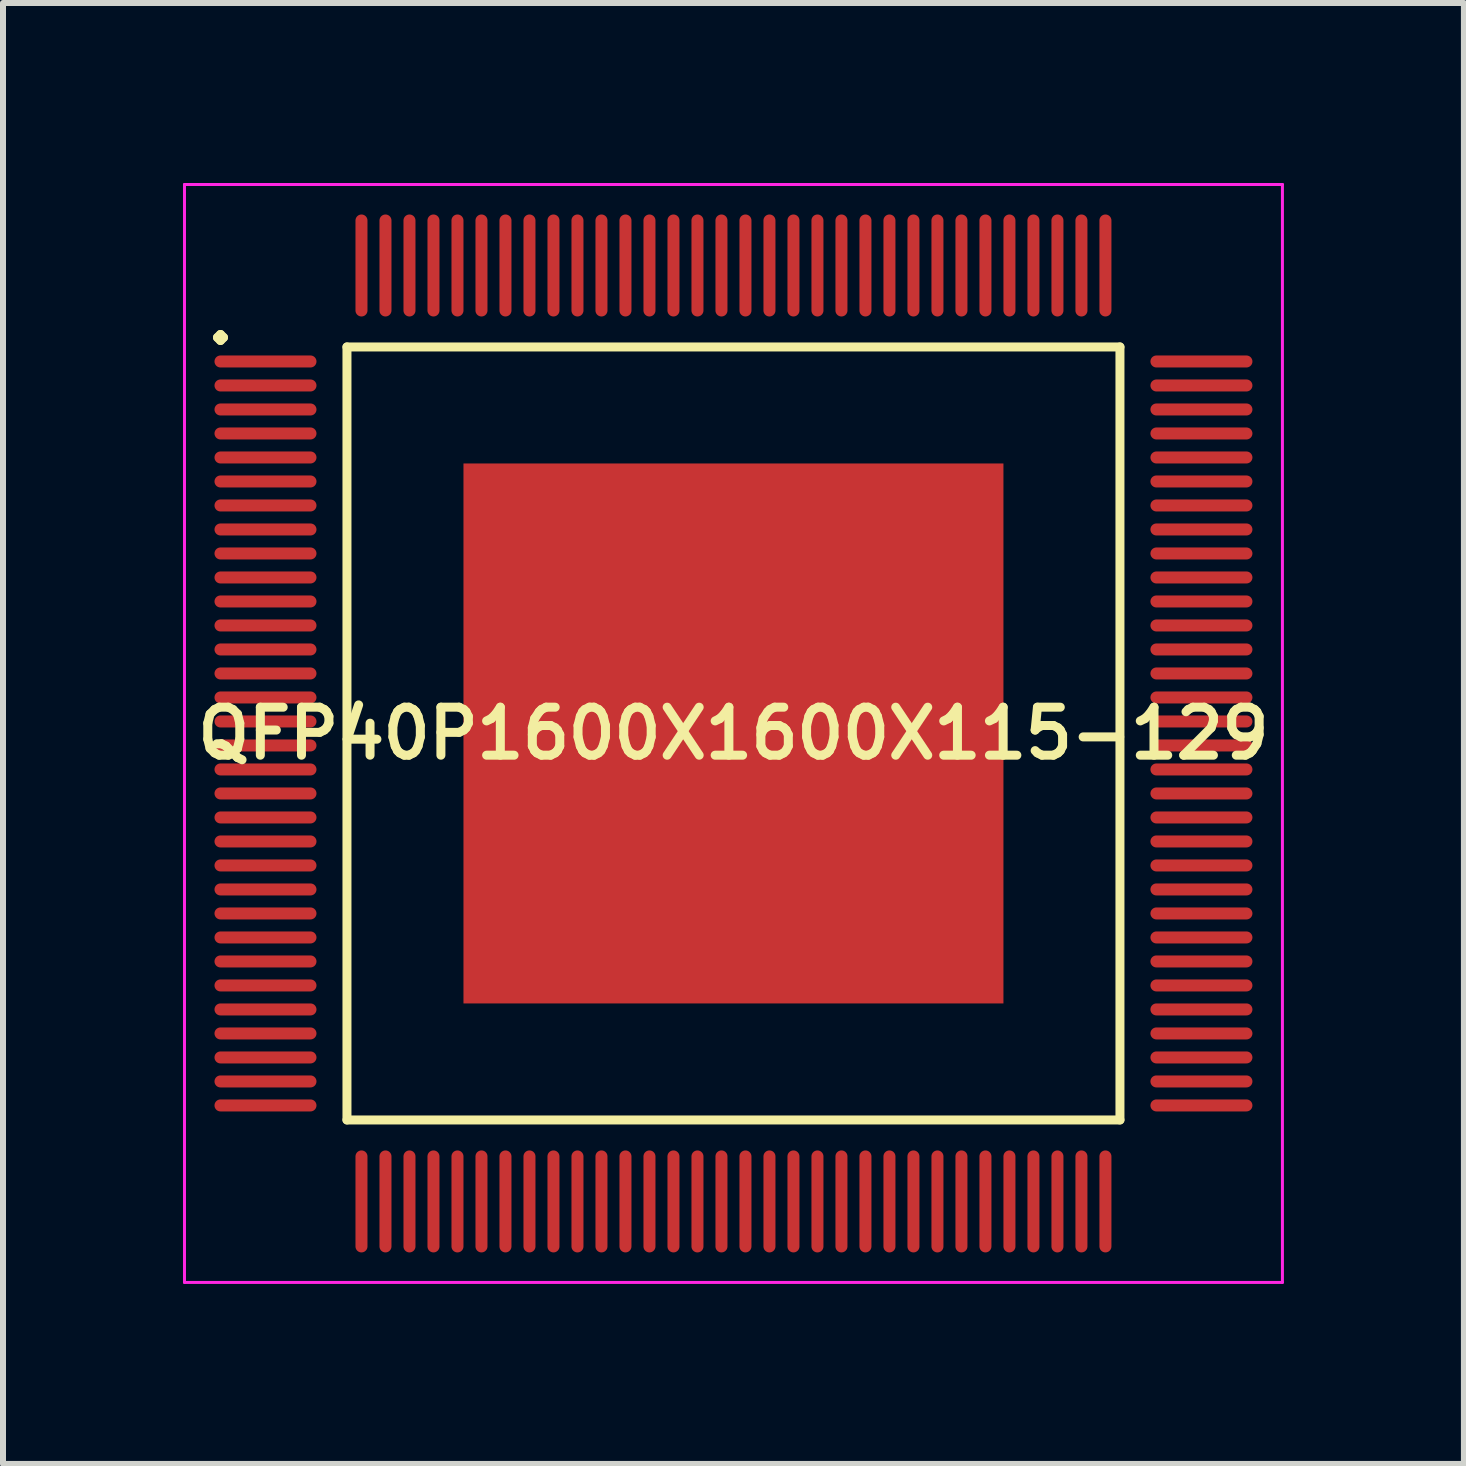
<source format=kicad_pcb>
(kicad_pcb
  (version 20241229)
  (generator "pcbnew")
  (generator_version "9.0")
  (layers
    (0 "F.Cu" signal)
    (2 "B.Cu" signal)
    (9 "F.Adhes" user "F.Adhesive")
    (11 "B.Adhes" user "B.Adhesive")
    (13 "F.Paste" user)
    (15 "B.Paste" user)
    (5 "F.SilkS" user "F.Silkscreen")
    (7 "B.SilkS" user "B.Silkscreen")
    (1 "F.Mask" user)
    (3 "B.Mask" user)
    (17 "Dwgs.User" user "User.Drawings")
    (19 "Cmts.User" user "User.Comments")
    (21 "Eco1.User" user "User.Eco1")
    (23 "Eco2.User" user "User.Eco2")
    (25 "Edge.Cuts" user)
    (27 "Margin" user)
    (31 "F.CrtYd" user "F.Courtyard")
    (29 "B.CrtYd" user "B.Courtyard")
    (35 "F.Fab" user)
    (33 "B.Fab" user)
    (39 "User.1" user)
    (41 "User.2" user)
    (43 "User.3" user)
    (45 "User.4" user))
  (footprint "QFP40P1600X1600X115-129"
    (layer "F.Cu")
    (at 9.175 9.175)
    (property "Reference" "QFP40P1600X1600X115-129" (at 0 0 0) (layer "F.SilkS") (effects (font (size 0.8 0.8) (thickness 0.15))))
    (attr smd)
    (fp_line (start -8.6 -6.6) (end -8.55 -6.65) (stroke (width 0.15) (type solid)) (layer "F.SilkS"))
    (fp_line (start -8.55 -6.65) (end -8.5 -6.6) (stroke (width 0.15) (type solid)) (layer "F.SilkS"))
    (fp_line (start -8.55 -6.55) (end -8.6 -6.6) (stroke (width 0.15) (type solid)) (layer "F.SilkS"))
    (fp_line (start -8.5 -6.6) (end -8.55 -6.55) (stroke (width 0.15) (type solid)) (layer "F.SilkS"))
    (fp_line (start -6.442 -6.442) (end -6.442 6.442) (stroke (width 0.15) (type solid)) (layer "F.SilkS"))
    (fp_line (start -6.442 6.442) (end 6.442 6.442) (stroke (width 0.15) (type solid)) (layer "F.SilkS"))
    (fp_line (start 6.442 -6.442) (end -6.442 -6.442) (stroke (width 0.15) (type solid)) (layer "F.SilkS"))
    (fp_line (start 6.442 6.442) (end 6.442 -6.442) (stroke (width 0.15) (type solid)) (layer "F.SilkS"))
    (fp_line (start -9.15 -9.15) (end 9.15 -9.15) (stroke (width 0.05) (type solid)) (layer "F.CrtYd"))
    (fp_line (start -9.15 9.15) (end -9.15 -9.15) (stroke (width 0.05) (type solid)) (layer "F.CrtYd"))
    (fp_line (start 9.15 -9.15) (end 9.15 9.15) (stroke (width 0.05) (type solid)) (layer "F.CrtYd"))
    (fp_line (start 9.15 9.15) (end -9.15 9.15) (stroke (width 0.05) (type solid)) (layer "F.CrtYd"))
    (pad "1" smd oval (at -7.8 -6.2) (size 1.7 0.2) (layers "F.Cu" "F.Mask" "F.Paste"))
    (pad "2" smd oval (at -7.8 -5.8) (size 1.7 0.2) (layers "F.Cu" "F.Mask" "F.Paste"))
    (pad "3" smd oval (at -7.8 -5.4) (size 1.7 0.2) (layers "F.Cu" "F.Mask" "F.Paste"))
    (pad "4" smd oval (at -7.8 -5) (size 1.7 0.2) (layers "F.Cu" "F.Mask" "F.Paste"))
    (pad "5" smd oval (at -7.8 -4.6) (size 1.7 0.2) (layers "F.Cu" "F.Mask" "F.Paste"))
    (pad "6" smd oval (at -7.8 -4.2) (size 1.7 0.2) (layers "F.Cu" "F.Mask" "F.Paste"))
    (pad "7" smd oval (at -7.8 -3.8) (size 1.7 0.2) (layers "F.Cu" "F.Mask" "F.Paste"))
    (pad "8" smd oval (at -7.8 -3.4) (size 1.7 0.2) (layers "F.Cu" "F.Mask" "F.Paste"))
    (pad "9" smd oval (at -7.8 -3) (size 1.7 0.2) (layers "F.Cu" "F.Mask" "F.Paste"))
    (pad "10" smd oval (at -7.8 -2.6) (size 1.7 0.2) (layers "F.Cu" "F.Mask" "F.Paste"))
    (pad "11" smd oval (at -7.8 -2.2) (size 1.7 0.2) (layers "F.Cu" "F.Mask" "F.Paste"))
    (pad "12" smd oval (at -7.8 -1.8) (size 1.7 0.2) (layers "F.Cu" "F.Mask" "F.Paste"))
    (pad "13" smd oval (at -7.8 -1.4) (size 1.7 0.2) (layers "F.Cu" "F.Mask" "F.Paste"))
    (pad "14" smd oval (at -7.8 -1) (size 1.7 0.2) (layers "F.Cu" "F.Mask" "F.Paste"))
    (pad "15" smd oval (at -7.8 -0.6) (size 1.7 0.2) (layers "F.Cu" "F.Mask" "F.Paste"))
    (pad "16" smd oval (at -7.8 -0.2) (size 1.7 0.2) (layers "F.Cu" "F.Mask" "F.Paste"))
    (pad "17" smd oval (at -7.8 0.2) (size 1.7 0.2) (layers "F.Cu" "F.Mask" "F.Paste"))
    (pad "18" smd oval (at -7.8 0.6) (size 1.7 0.2) (layers "F.Cu" "F.Mask" "F.Paste"))
    (pad "19" smd oval (at -7.8 1) (size 1.7 0.2) (layers "F.Cu" "F.Mask" "F.Paste"))
    (pad "20" smd oval (at -7.8 1.4) (size 1.7 0.2) (layers "F.Cu" "F.Mask" "F.Paste"))
    (pad "21" smd oval (at -7.8 1.8) (size 1.7 0.2) (layers "F.Cu" "F.Mask" "F.Paste"))
    (pad "22" smd oval (at -7.8 2.2) (size 1.7 0.2) (layers "F.Cu" "F.Mask" "F.Paste"))
    (pad "23" smd oval (at -7.8 2.6) (size 1.7 0.2) (layers "F.Cu" "F.Mask" "F.Paste"))
    (pad "24" smd oval (at -7.8 3) (size 1.7 0.2) (layers "F.Cu" "F.Mask" "F.Paste"))
    (pad "25" smd oval (at -7.8 3.4) (size 1.7 0.2) (layers "F.Cu" "F.Mask" "F.Paste"))
    (pad "26" smd oval (at -7.8 3.8) (size 1.7 0.2) (layers "F.Cu" "F.Mask" "F.Paste"))
    (pad "27" smd oval (at -7.8 4.2) (size 1.7 0.2) (layers "F.Cu" "F.Mask" "F.Paste"))
    (pad "28" smd oval (at -7.8 4.6) (size 1.7 0.2) (layers "F.Cu" "F.Mask" "F.Paste"))
    (pad "29" smd oval (at -7.8 5) (size 1.7 0.2) (layers "F.Cu" "F.Mask" "F.Paste"))
    (pad "30" smd oval (at -7.8 5.4) (size 1.7 0.2) (layers "F.Cu" "F.Mask" "F.Paste"))
    (pad "31" smd oval (at -7.8 5.8) (size 1.7 0.2) (layers "F.Cu" "F.Mask" "F.Paste"))
    (pad "32" smd oval (at -7.8 6.2) (size 1.7 0.2) (layers "F.Cu" "F.Mask" "F.Paste"))
    (pad "33" smd oval (at -6.2 7.8) (size 0.2 1.7) (layers "F.Cu" "F.Mask" "F.Paste"))
    (pad "34" smd oval (at -5.8 7.8) (size 0.2 1.7) (layers "F.Cu" "F.Mask" "F.Paste"))
    (pad "35" smd oval (at -5.4 7.8) (size 0.2 1.7) (layers "F.Cu" "F.Mask" "F.Paste"))
    (pad "36" smd oval (at -5 7.8) (size 0.2 1.7) (layers "F.Cu" "F.Mask" "F.Paste"))
    (pad "37" smd oval (at -4.6 7.8) (size 0.2 1.7) (layers "F.Cu" "F.Mask" "F.Paste"))
    (pad "38" smd oval (at -4.2 7.8) (size 0.2 1.7) (layers "F.Cu" "F.Mask" "F.Paste"))
    (pad "39" smd oval (at -3.8 7.8) (size 0.2 1.7) (layers "F.Cu" "F.Mask" "F.Paste"))
    (pad "40" smd oval (at -3.4 7.8) (size 0.2 1.7) (layers "F.Cu" "F.Mask" "F.Paste"))
    (pad "41" smd oval (at -3 7.8) (size 0.2 1.7) (layers "F.Cu" "F.Mask" "F.Paste"))
    (pad "42" smd oval (at -2.6 7.8) (size 0.2 1.7) (layers "F.Cu" "F.Mask" "F.Paste"))
    (pad "43" smd oval (at -2.2 7.8) (size 0.2 1.7) (layers "F.Cu" "F.Mask" "F.Paste"))
    (pad "44" smd oval (at -1.8 7.8) (size 0.2 1.7) (layers "F.Cu" "F.Mask" "F.Paste"))
    (pad "45" smd oval (at -1.4 7.8) (size 0.2 1.7) (layers "F.Cu" "F.Mask" "F.Paste"))
    (pad "46" smd oval (at -1 7.8) (size 0.2 1.7) (layers "F.Cu" "F.Mask" "F.Paste"))
    (pad "47" smd oval (at -0.6 7.8) (size 0.2 1.7) (layers "F.Cu" "F.Mask" "F.Paste"))
    (pad "48" smd oval (at -0.2 7.8) (size 0.2 1.7) (layers "F.Cu" "F.Mask" "F.Paste"))
    (pad "49" smd oval (at 0.2 7.8) (size 0.2 1.7) (layers "F.Cu" "F.Mask" "F.Paste"))
    (pad "50" smd oval (at 0.6 7.8) (size 0.2 1.7) (layers "F.Cu" "F.Mask" "F.Paste"))
    (pad "51" smd oval (at 1 7.8) (size 0.2 1.7) (layers "F.Cu" "F.Mask" "F.Paste"))
    (pad "52" smd oval (at 1.4 7.8) (size 0.2 1.7) (layers "F.Cu" "F.Mask" "F.Paste"))
    (pad "53" smd oval (at 1.8 7.8) (size 0.2 1.7) (layers "F.Cu" "F.Mask" "F.Paste"))
    (pad "54" smd oval (at 2.2 7.8) (size 0.2 1.7) (layers "F.Cu" "F.Mask" "F.Paste"))
    (pad "55" smd oval (at 2.6 7.8) (size 0.2 1.7) (layers "F.Cu" "F.Mask" "F.Paste"))
    (pad "56" smd oval (at 3 7.8) (size 0.2 1.7) (layers "F.Cu" "F.Mask" "F.Paste"))
    (pad "57" smd oval (at 3.4 7.8) (size 0.2 1.7) (layers "F.Cu" "F.Mask" "F.Paste"))
    (pad "58" smd oval (at 3.8 7.8) (size 0.2 1.7) (layers "F.Cu" "F.Mask" "F.Paste"))
    (pad "59" smd oval (at 4.2 7.8) (size 0.2 1.7) (layers "F.Cu" "F.Mask" "F.Paste"))
    (pad "60" smd oval (at 4.6 7.8) (size 0.2 1.7) (layers "F.Cu" "F.Mask" "F.Paste"))
    (pad "61" smd oval (at 5 7.8) (size 0.2 1.7) (layers "F.Cu" "F.Mask" "F.Paste"))
    (pad "62" smd oval (at 5.4 7.8) (size 0.2 1.7) (layers "F.Cu" "F.Mask" "F.Paste"))
    (pad "63" smd oval (at 5.8 7.8) (size 0.2 1.7) (layers "F.Cu" "F.Mask" "F.Paste"))
    (pad "64" smd oval (at 6.2 7.8) (size 0.2 1.7) (layers "F.Cu" "F.Mask" "F.Paste"))
    (pad "65" smd oval (at 7.8 6.2) (size 1.7 0.2) (layers "F.Cu" "F.Mask" "F.Paste"))
    (pad "66" smd oval (at 7.8 5.8) (size 1.7 0.2) (layers "F.Cu" "F.Mask" "F.Paste"))
    (pad "67" smd oval (at 7.8 5.4) (size 1.7 0.2) (layers "F.Cu" "F.Mask" "F.Paste"))
    (pad "68" smd oval (at 7.8 5) (size 1.7 0.2) (layers "F.Cu" "F.Mask" "F.Paste"))
    (pad "69" smd oval (at 7.8 4.6) (size 1.7 0.2) (layers "F.Cu" "F.Mask" "F.Paste"))
    (pad "70" smd oval (at 7.8 4.2) (size 1.7 0.2) (layers "F.Cu" "F.Mask" "F.Paste"))
    (pad "71" smd oval (at 7.8 3.8) (size 1.7 0.2) (layers "F.Cu" "F.Mask" "F.Paste"))
    (pad "72" smd oval (at 7.8 3.4) (size 1.7 0.2) (layers "F.Cu" "F.Mask" "F.Paste"))
    (pad "73" smd oval (at 7.8 3) (size 1.7 0.2) (layers "F.Cu" "F.Mask" "F.Paste"))
    (pad "74" smd oval (at 7.8 2.6) (size 1.7 0.2) (layers "F.Cu" "F.Mask" "F.Paste"))
    (pad "75" smd oval (at 7.8 2.2) (size 1.7 0.2) (layers "F.Cu" "F.Mask" "F.Paste"))
    (pad "76" smd oval (at 7.8 1.8) (size 1.7 0.2) (layers "F.Cu" "F.Mask" "F.Paste"))
    (pad "77" smd oval (at 7.8 1.4) (size 1.7 0.2) (layers "F.Cu" "F.Mask" "F.Paste"))
    (pad "78" smd oval (at 7.8 1) (size 1.7 0.2) (layers "F.Cu" "F.Mask" "F.Paste"))
    (pad "79" smd oval (at 7.8 0.6) (size 1.7 0.2) (layers "F.Cu" "F.Mask" "F.Paste"))
    (pad "80" smd oval (at 7.8 0.2) (size 1.7 0.2) (layers "F.Cu" "F.Mask" "F.Paste"))
    (pad "81" smd oval (at 7.8 -0.2) (size 1.7 0.2) (layers "F.Cu" "F.Mask" "F.Paste"))
    (pad "82" smd oval (at 7.8 -0.6) (size 1.7 0.2) (layers "F.Cu" "F.Mask" "F.Paste"))
    (pad "83" smd oval (at 7.8 -1) (size 1.7 0.2) (layers "F.Cu" "F.Mask" "F.Paste"))
    (pad "84" smd oval (at 7.8 -1.4) (size 1.7 0.2) (layers "F.Cu" "F.Mask" "F.Paste"))
    (pad "85" smd oval (at 7.8 -1.8) (size 1.7 0.2) (layers "F.Cu" "F.Mask" "F.Paste"))
    (pad "86" smd oval (at 7.8 -2.2) (size 1.7 0.2) (layers "F.Cu" "F.Mask" "F.Paste"))
    (pad "87" smd oval (at 7.8 -2.6) (size 1.7 0.2) (layers "F.Cu" "F.Mask" "F.Paste"))
    (pad "88" smd oval (at 7.8 -3) (size 1.7 0.2) (layers "F.Cu" "F.Mask" "F.Paste"))
    (pad "89" smd oval (at 7.8 -3.4) (size 1.7 0.2) (layers "F.Cu" "F.Mask" "F.Paste"))
    (pad "90" smd oval (at 7.8 -3.8) (size 1.7 0.2) (layers "F.Cu" "F.Mask" "F.Paste"))
    (pad "91" smd oval (at 7.8 -4.2) (size 1.7 0.2) (layers "F.Cu" "F.Mask" "F.Paste"))
    (pad "92" smd oval (at 7.8 -4.6) (size 1.7 0.2) (layers "F.Cu" "F.Mask" "F.Paste"))
    (pad "93" smd oval (at 7.8 -5) (size 1.7 0.2) (layers "F.Cu" "F.Mask" "F.Paste"))
    (pad "94" smd oval (at 7.8 -5.4) (size 1.7 0.2) (layers "F.Cu" "F.Mask" "F.Paste"))
    (pad "95" smd oval (at 7.8 -5.8) (size 1.7 0.2) (layers "F.Cu" "F.Mask" "F.Paste"))
    (pad "96" smd oval (at 7.8 -6.2) (size 1.7 0.2) (layers "F.Cu" "F.Mask" "F.Paste"))
    (pad "97" smd oval (at 6.2 -7.8) (size 0.2 1.7) (layers "F.Cu" "F.Mask" "F.Paste"))
    (pad "98" smd oval (at 5.8 -7.8) (size 0.2 1.7) (layers "F.Cu" "F.Mask" "F.Paste"))
    (pad "99" smd oval (at 5.4 -7.8) (size 0.2 1.7) (layers "F.Cu" "F.Mask" "F.Paste"))
    (pad "100" smd oval (at 5 -7.8) (size 0.2 1.7) (layers "F.Cu" "F.Mask" "F.Paste"))
    (pad "101" smd oval (at 4.6 -7.8) (size 0.2 1.7) (layers "F.Cu" "F.Mask" "F.Paste"))
    (pad "102" smd oval (at 4.2 -7.8) (size 0.2 1.7) (layers "F.Cu" "F.Mask" "F.Paste"))
    (pad "103" smd oval (at 3.8 -7.8) (size 0.2 1.7) (layers "F.Cu" "F.Mask" "F.Paste"))
    (pad "104" smd oval (at 3.4 -7.8) (size 0.2 1.7) (layers "F.Cu" "F.Mask" "F.Paste"))
    (pad "105" smd oval (at 3 -7.8) (size 0.2 1.7) (layers "F.Cu" "F.Mask" "F.Paste"))
    (pad "106" smd oval (at 2.6 -7.8) (size 0.2 1.7) (layers "F.Cu" "F.Mask" "F.Paste"))
    (pad "107" smd oval (at 2.2 -7.8) (size 0.2 1.7) (layers "F.Cu" "F.Mask" "F.Paste"))
    (pad "108" smd oval (at 1.8 -7.8) (size 0.2 1.7) (layers "F.Cu" "F.Mask" "F.Paste"))
    (pad "109" smd oval (at 1.4 -7.8) (size 0.2 1.7) (layers "F.Cu" "F.Mask" "F.Paste"))
    (pad "110" smd oval (at 1 -7.8) (size 0.2 1.7) (layers "F.Cu" "F.Mask" "F.Paste"))
    (pad "111" smd oval (at 0.6 -7.8) (size 0.2 1.7) (layers "F.Cu" "F.Mask" "F.Paste"))
    (pad "112" smd oval (at 0.2 -7.8) (size 0.2 1.7) (layers "F.Cu" "F.Mask" "F.Paste"))
    (pad "113" smd oval (at -0.2 -7.8) (size 0.2 1.7) (layers "F.Cu" "F.Mask" "F.Paste"))
    (pad "114" smd oval (at -0.6 -7.8) (size 0.2 1.7) (layers "F.Cu" "F.Mask" "F.Paste"))
    (pad "115" smd oval (at -1 -7.8) (size 0.2 1.7) (layers "F.Cu" "F.Mask" "F.Paste"))
    (pad "116" smd oval (at -1.4 -7.8) (size 0.2 1.7) (layers "F.Cu" "F.Mask" "F.Paste"))
    (pad "117" smd oval (at -1.8 -7.8) (size 0.2 1.7) (layers "F.Cu" "F.Mask" "F.Paste"))
    (pad "118" smd oval (at -2.2 -7.8) (size 0.2 1.7) (layers "F.Cu" "F.Mask" "F.Paste"))
    (pad "119" smd oval (at -2.6 -7.8) (size 0.2 1.7) (layers "F.Cu" "F.Mask" "F.Paste"))
    (pad "120" smd oval (at -3 -7.8) (size 0.2 1.7) (layers "F.Cu" "F.Mask" "F.Paste"))
    (pad "121" smd oval (at -3.4 -7.8) (size 0.2 1.7) (layers "F.Cu" "F.Mask" "F.Paste"))
    (pad "122" smd oval (at -3.8 -7.8) (size 0.2 1.7) (layers "F.Cu" "F.Mask" "F.Paste"))
    (pad "123" smd oval (at -4.2 -7.8) (size 0.2 1.7) (layers "F.Cu" "F.Mask" "F.Paste"))
    (pad "124" smd oval (at -4.6 -7.8) (size 0.2 1.7) (layers "F.Cu" "F.Mask" "F.Paste"))
    (pad "125" smd oval (at -5 -7.8) (size 0.2 1.7) (layers "F.Cu" "F.Mask" "F.Paste"))
    (pad "126" smd oval (at -5.4 -7.8) (size 0.2 1.7) (layers "F.Cu" "F.Mask" "F.Paste"))
    (pad "127" smd oval (at -5.8 -7.8) (size 0.2 1.7) (layers "F.Cu" "F.Mask" "F.Paste"))
    (pad "128" smd oval (at -6.2 -7.8) (size 0.2 1.7) (layers "F.Cu" "F.Mask" "F.Paste"))
    (pad "129" smd rect (at 0 0) (size 9 9) (layers "F.Cu" "F.Mask" "F.Paste")))
  (gr_rect
    (start -3 -3)
    (end 21.35 21.35)
    (stroke (width 0.1) (type default))
    (fill no)
    (layer "Edge.Cuts")))
</source>
